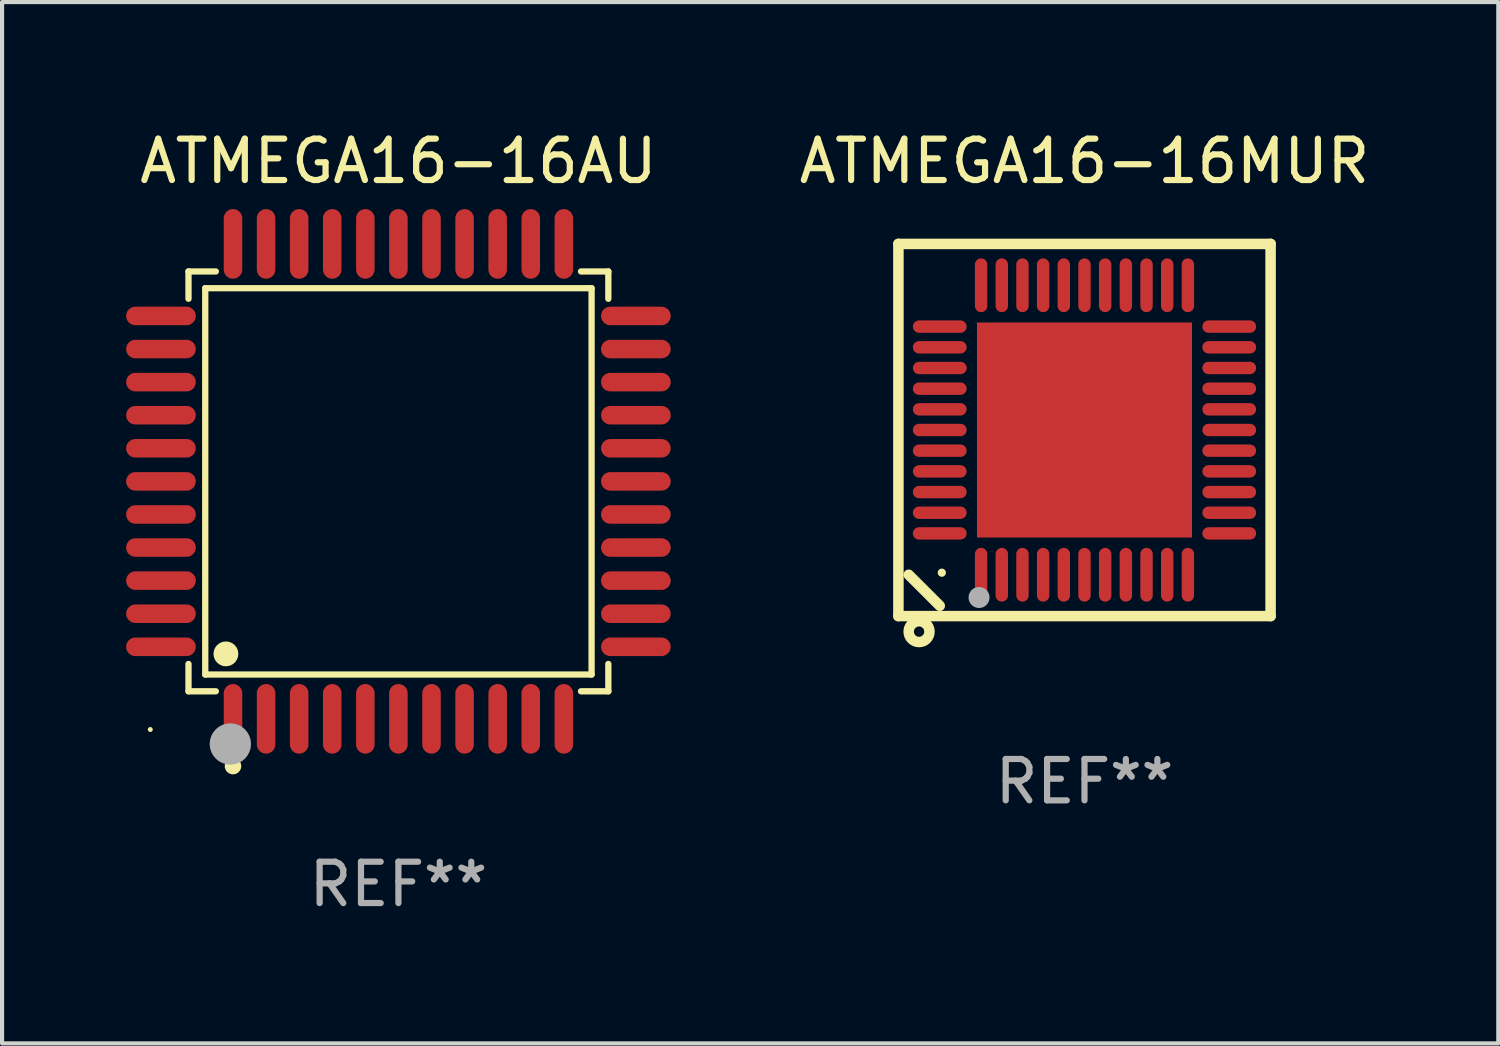
<source format=kicad_pcb>
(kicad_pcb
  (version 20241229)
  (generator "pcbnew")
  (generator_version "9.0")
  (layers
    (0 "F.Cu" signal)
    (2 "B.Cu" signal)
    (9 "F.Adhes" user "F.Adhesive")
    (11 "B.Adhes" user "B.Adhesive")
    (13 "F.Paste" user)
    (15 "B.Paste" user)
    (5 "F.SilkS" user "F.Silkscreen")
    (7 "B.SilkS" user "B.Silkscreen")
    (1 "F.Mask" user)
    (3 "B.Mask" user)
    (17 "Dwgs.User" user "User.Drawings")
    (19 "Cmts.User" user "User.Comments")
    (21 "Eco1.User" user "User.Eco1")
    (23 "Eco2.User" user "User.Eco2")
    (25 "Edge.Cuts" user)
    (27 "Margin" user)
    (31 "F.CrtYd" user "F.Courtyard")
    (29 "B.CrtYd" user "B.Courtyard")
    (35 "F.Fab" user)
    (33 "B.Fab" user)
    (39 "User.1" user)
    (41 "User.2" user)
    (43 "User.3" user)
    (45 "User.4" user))
  (footprint "ATMEGA16-16AU"
    (layer "F.Cu")
    (at 6.584 8.59)
    (property "Reference" "ATMEGA16-16AU" (at 0 -7.742 0) (layer "F.SilkS") (effects (font (size 1 1) (thickness 0.15))))
    (attr through_hole)
    (fp_line (start -5.076 -5.076) (end -4.415 -5.076) (stroke (width 0.152) (type solid)) (layer "F.SilkS"))
    (fp_line (start -5.076 -4.415) (end -5.076 -5.076) (stroke (width 0.152) (type solid)) (layer "F.SilkS"))
    (fp_line (start -5.076 4.415) (end -5.076 5.076) (stroke (width 0.152) (type solid)) (layer "F.SilkS"))
    (fp_line (start -5.076 5.076) (end -4.415 5.076) (stroke (width 0.152) (type solid)) (layer "F.SilkS"))
    (fp_line (start -4.671 -4.671) (end 4.671 -4.671) (stroke (width 0.152) (type solid)) (layer "F.SilkS"))
    (fp_line (start -4.671 4.671) (end -4.671 -4.671) (stroke (width 0.152) (type solid)) (layer "F.SilkS"))
    (fp_line (start 4.671 -4.671) (end 4.671 4.671) (stroke (width 0.152) (type solid)) (layer "F.SilkS"))
    (fp_line (start 4.671 4.671) (end -4.671 4.671) (stroke (width 0.152) (type solid)) (layer "F.SilkS"))
    (fp_line (start 5.076 -5.076) (end 4.415 -5.076) (stroke (width 0.152) (type solid)) (layer "F.SilkS"))
    (fp_line (start 5.076 -4.415) (end 5.076 -5.076) (stroke (width 0.152) (type solid)) (layer "F.SilkS"))
    (fp_line (start 5.076 4.415) (end 5.076 5.076) (stroke (width 0.152) (type solid)) (layer "F.SilkS"))
    (fp_line (start 5.076 5.076) (end 4.415 5.076) (stroke (width 0.152) (type solid)) (layer "F.SilkS"))
    (fp_circle (center -6 6) (end -5.97 6) (stroke (width 0.06) (type solid)) (fill no) (layer "F.SilkS"))
    (fp_circle (center -4.171 4.171) (end -4.021 4.171) (stroke (width 0.3) (type solid)) (fill no) (layer "F.SilkS"))
    (fp_circle (center -4 6.884) (end -3.9 6.884) (stroke (width 0.2) (type solid)) (fill no) (layer "F.SilkS"))
    (fp_circle (center -4.064 6.35) (end -3.814 6.35) (stroke (width 0.5) (type solid)) (fill no) (layer "F.Fab"))
    (fp_text user "REF**" (at 0 9.742 0) (layer "F.Fab") (effects (font (size 1 1) (thickness 0.15))))
    (pad "1" smd oval (at -4 5.742) (size 0.448 1.684) (layers "F.Cu" "F.Mask" "F.Paste"))
    (pad "2" smd oval (at -3.2 5.742) (size 0.448 1.684) (layers "F.Cu" "F.Mask" "F.Paste"))
    (pad "3" smd oval (at -2.4 5.742) (size 0.448 1.684) (layers "F.Cu" "F.Mask" "F.Paste"))
    (pad "4" smd oval (at -1.6 5.742) (size 0.448 1.684) (layers "F.Cu" "F.Mask" "F.Paste"))
    (pad "5" smd oval (at -0.8 5.742) (size 0.448 1.684) (layers "F.Cu" "F.Mask" "F.Paste"))
    (pad "6" smd oval (at 0 5.742) (size 0.448 1.684) (layers "F.Cu" "F.Mask" "F.Paste"))
    (pad "7" smd oval (at 0.8 5.742) (size 0.448 1.684) (layers "F.Cu" "F.Mask" "F.Paste"))
    (pad "8" smd oval (at 1.6 5.742) (size 0.448 1.684) (layers "F.Cu" "F.Mask" "F.Paste"))
    (pad "9" smd oval (at 2.4 5.742) (size 0.448 1.684) (layers "F.Cu" "F.Mask" "F.Paste"))
    (pad "10" smd oval (at 3.2 5.742) (size 0.448 1.684) (layers "F.Cu" "F.Mask" "F.Paste"))
    (pad "11" smd oval (at 4 5.742) (size 0.448 1.684) (layers "F.Cu" "F.Mask" "F.Paste"))
    (pad "12" smd oval (at 5.742 4) (size 1.684 0.448) (layers "F.Cu" "F.Mask" "F.Paste"))
    (pad "13" smd oval (at 5.742 3.2) (size 1.684 0.448) (layers "F.Cu" "F.Mask" "F.Paste"))
    (pad "14" smd oval (at 5.742 2.4) (size 1.684 0.448) (layers "F.Cu" "F.Mask" "F.Paste"))
    (pad "15" smd oval (at 5.742 1.6) (size 1.684 0.448) (layers "F.Cu" "F.Mask" "F.Paste"))
    (pad "16" smd oval (at 5.742 0.8) (size 1.684 0.448) (layers "F.Cu" "F.Mask" "F.Paste"))
    (pad "17" smd oval (at 5.742 0) (size 1.684 0.448) (layers "F.Cu" "F.Mask" "F.Paste"))
    (pad "18" smd oval (at 5.742 -0.8) (size 1.684 0.448) (layers "F.Cu" "F.Mask" "F.Paste"))
    (pad "19" smd oval (at 5.742 -1.6) (size 1.684 0.448) (layers "F.Cu" "F.Mask" "F.Paste"))
    (pad "20" smd oval (at 5.742 -2.4) (size 1.684 0.448) (layers "F.Cu" "F.Mask" "F.Paste"))
    (pad "21" smd oval (at 5.742 -3.2) (size 1.684 0.448) (layers "F.Cu" "F.Mask" "F.Paste"))
    (pad "22" smd oval (at 5.742 -4) (size 1.684 0.448) (layers "F.Cu" "F.Mask" "F.Paste"))
    (pad "23" smd oval (at 4 -5.742) (size 0.448 1.684) (layers "F.Cu" "F.Mask" "F.Paste"))
    (pad "24" smd oval (at 3.2 -5.742) (size 0.448 1.684) (layers "F.Cu" "F.Mask" "F.Paste"))
    (pad "25" smd oval (at 2.4 -5.742) (size 0.448 1.684) (layers "F.Cu" "F.Mask" "F.Paste"))
    (pad "26" smd oval (at 1.6 -5.742) (size 0.448 1.684) (layers "F.Cu" "F.Mask" "F.Paste"))
    (pad "27" smd oval (at 0.8 -5.742) (size 0.448 1.684) (layers "F.Cu" "F.Mask" "F.Paste"))
    (pad "28" smd oval (at 0 -5.742) (size 0.448 1.684) (layers "F.Cu" "F.Mask" "F.Paste"))
    (pad "29" smd oval (at -0.8 -5.742) (size 0.448 1.684) (layers "F.Cu" "F.Mask" "F.Paste"))
    (pad "30" smd oval (at -1.6 -5.742) (size 0.448 1.684) (layers "F.Cu" "F.Mask" "F.Paste"))
    (pad "31" smd oval (at -2.4 -5.742) (size 0.448 1.684) (layers "F.Cu" "F.Mask" "F.Paste"))
    (pad "32" smd oval (at -3.2 -5.742) (size 0.448 1.684) (layers "F.Cu" "F.Mask" "F.Paste"))
    (pad "33" smd oval (at -4 -5.742) (size 0.448 1.684) (layers "F.Cu" "F.Mask" "F.Paste"))
    (pad "34" smd oval (at -5.742 -4) (size 1.684 0.448) (layers "F.Cu" "F.Mask" "F.Paste"))
    (pad "35" smd oval (at -5.742 -3.2) (size 1.684 0.448) (layers "F.Cu" "F.Mask" "F.Paste"))
    (pad "36" smd oval (at -5.742 -2.4) (size 1.684 0.448) (layers "F.Cu" "F.Mask" "F.Paste"))
    (pad "37" smd oval (at -5.742 -1.6) (size 1.684 0.448) (layers "F.Cu" "F.Mask" "F.Paste"))
    (pad "38" smd oval (at -5.742 -0.8) (size 1.684 0.448) (layers "F.Cu" "F.Mask" "F.Paste"))
    (pad "39" smd oval (at -5.742 0) (size 1.684 0.448) (layers "F.Cu" "F.Mask" "F.Paste"))
    (pad "40" smd oval (at -5.742 0.8) (size 1.684 0.448) (layers "F.Cu" "F.Mask" "F.Paste"))
    (pad "41" smd oval (at -5.742 1.6) (size 1.684 0.448) (layers "F.Cu" "F.Mask" "F.Paste"))
    (pad "42" smd oval (at -5.742 2.4) (size 1.684 0.448) (layers "F.Cu" "F.Mask" "F.Paste"))
    (pad "43" smd oval (at -5.742 3.2) (size 1.684 0.448) (layers "F.Cu" "F.Mask" "F.Paste"))
    (pad "44" smd oval (at -5.742 4) (size 1.684 0.448) (layers "F.Cu" "F.Mask" "F.Paste")))
  (footprint "ATMEGA16-16MUR"
    (layer "F.Cu")
    (at 23.174 7.348)
    (property "Reference" "ATMEGA16-16MUR" (at 0 -6.5 0) (layer "F.SilkS") (effects (font (size 1 1) (thickness 0.15))))
    (attr through_hole)
    (fp_line (start -4.5 -4.5) (end -4.5 4.5) (stroke (width 0.254) (type solid)) (layer "F.SilkS"))
    (fp_line (start -4.5 4.5) (end 4.5 4.5) (stroke (width 0.254) (type solid)) (layer "F.SilkS"))
    (fp_line (start -3.5 4.25) (end -4.25 3.5) (stroke (width 0.254) (type solid)) (layer "F.SilkS"))
    (fp_line (start 4.5 -4.5) (end -4.5 -4.5) (stroke (width 0.254) (type solid)) (layer "F.SilkS"))
    (fp_line (start 4.5 4.5) (end 4.5 -4.5) (stroke (width 0.254) (type solid)) (layer "F.SilkS"))
    (fp_circle (center -4 4.875) (end -3.875 4.875) (stroke (width 0.254) (type solid)) (fill no) (layer "F.SilkS"))
    (fp_circle (center -3.45 3.45) (end -3.4 3.45) (stroke (width 0.1) (type solid)) (fill no) (layer "F.SilkS"))
    (fp_circle (center -2.55 4.05) (end -2.423 4.05) (stroke (width 0.254) (type solid)) (fill no) (layer "F.Fab"))
    (fp_text user "REF**" (at 0 8.5 0) (layer "F.Fab") (effects (font (size 1 1) (thickness 0.15))))
    (pad "1" smd oval (at -2.5 3.5 90) (size 1.3 0.3) (layers "F.Cu" "F.Mask" "F.Paste"))
    (pad "2" smd oval (at -2 3.5 90) (size 1.3 0.3) (layers "F.Cu" "F.Mask" "F.Paste"))
    (pad "3" smd oval (at -1.5 3.5 90) (size 1.3 0.3) (layers "F.Cu" "F.Mask" "F.Paste"))
    (pad "4" smd oval (at -1 3.5 90) (size 1.3 0.3) (layers "F.Cu" "F.Mask" "F.Paste"))
    (pad "5" smd oval (at -0.5 3.5 90) (size 1.3 0.3) (layers "F.Cu" "F.Mask" "F.Paste"))
    (pad "6" smd oval (at 0.000025 3.5 90) (size 1.3 0.3) (layers "F.Cu" "F.Mask" "F.Paste"))
    (pad "7" smd oval (at 0.5 3.5 90) (size 1.3 0.3) (layers "F.Cu" "F.Mask" "F.Paste"))
    (pad "8" smd oval (at 1 3.5 90) (size 1.3 0.3) (layers "F.Cu" "F.Mask" "F.Paste"))
    (pad "9" smd oval (at 1.5 3.5 90) (size 1.3 0.3) (layers "F.Cu" "F.Mask" "F.Paste"))
    (pad "10" smd oval (at 2 3.5 90) (size 1.3 0.3) (layers "F.Cu" "F.Mask" "F.Paste"))
    (pad "11" smd oval (at 2.5 3.5 90) (size 1.3 0.3) (layers "F.Cu" "F.Mask" "F.Paste"))
    (pad "12" smd oval (at 3.5 2.5 90) (size 0.3 1.3) (layers "F.Cu" "F.Mask" "F.Paste"))
    (pad "13" smd oval (at 3.5 2 90) (size 0.3 1.3) (layers "F.Cu" "F.Mask" "F.Paste"))
    (pad "14" smd oval (at 3.5 1.5 90) (size 0.3 1.3) (layers "F.Cu" "F.Mask" "F.Paste"))
    (pad "15" smd oval (at 3.5 1 90) (size 0.3 1.3) (layers "F.Cu" "F.Mask" "F.Paste"))
    (pad "16" smd oval (at 3.5 0.5 90) (size 0.3 1.3) (layers "F.Cu" "F.Mask" "F.Paste"))
    (pad "17" smd oval (at 3.5 0.000025 90) (size 0.3 1.3) (layers "F.Cu" "F.Mask" "F.Paste"))
    (pad "18" smd oval (at 3.5 -0.5 90) (size 0.3 1.3) (layers "F.Cu" "F.Mask" "F.Paste"))
    (pad "19" smd oval (at 3.5 -1 90) (size 0.3 1.3) (layers "F.Cu" "F.Mask" "F.Paste"))
    (pad "20" smd oval (at 3.5 -1.5 90) (size 0.3 1.3) (layers "F.Cu" "F.Mask" "F.Paste"))
    (pad "21" smd oval (at 3.5 -2 90) (size 0.3 1.3) (layers "F.Cu" "F.Mask" "F.Paste"))
    (pad "22" smd oval (at 3.5 -2.5 90) (size 0.3 1.3) (layers "F.Cu" "F.Mask" "F.Paste"))
    (pad "23" smd oval (at 2.5 -3.5 90) (size 1.3 0.3) (layers "F.Cu" "F.Mask" "F.Paste"))
    (pad "24" smd oval (at 2 -3.5 90) (size 1.3 0.3) (layers "F.Cu" "F.Mask" "F.Paste"))
    (pad "25" smd oval (at 1.5 -3.5 90) (size 1.3 0.3) (layers "F.Cu" "F.Mask" "F.Paste"))
    (pad "26" smd oval (at 1 -3.5 90) (size 1.3 0.3) (layers "F.Cu" "F.Mask" "F.Paste"))
    (pad "27" smd oval (at 0.5 -3.5 90) (size 1.3 0.3) (layers "F.Cu" "F.Mask" "F.Paste"))
    (pad "28" smd oval (at 0.000025 -3.5 90) (size 1.3 0.3) (layers "F.Cu" "F.Mask" "F.Paste"))
    (pad "29" smd oval (at -0.5 -3.5 90) (size 1.3 0.3) (layers "F.Cu" "F.Mask" "F.Paste"))
    (pad "30" smd oval (at -1 -3.5 90) (size 1.3 0.3) (layers "F.Cu" "F.Mask" "F.Paste"))
    (pad "31" smd oval (at -1.5 -3.5 90) (size 1.3 0.3) (layers "F.Cu" "F.Mask" "F.Paste"))
    (pad "32" smd oval (at -2 -3.5 90) (size 1.3 0.3) (layers "F.Cu" "F.Mask" "F.Paste"))
    (pad "33" smd oval (at -2.5 -3.5 90) (size 1.3 0.3) (layers "F.Cu" "F.Mask" "F.Paste"))
    (pad "34" smd oval (at -3.5 -2.5 90) (size 0.3 1.3) (layers "F.Cu" "F.Mask" "F.Paste"))
    (pad "35" smd oval (at -3.5 -2 90) (size 0.3 1.3) (layers "F.Cu" "F.Mask" "F.Paste"))
    (pad "36" smd oval (at -3.5 -1.5 90) (size 0.3 1.3) (layers "F.Cu" "F.Mask" "F.Paste"))
    (pad "37" smd oval (at -3.5 -1 90) (size 0.3 1.3) (layers "F.Cu" "F.Mask" "F.Paste"))
    (pad "38" smd oval (at -3.5 -0.5 90) (size 0.3 1.3) (layers "F.Cu" "F.Mask" "F.Paste"))
    (pad "39" smd oval (at -3.5 0.000025 90) (size 0.3 1.3) (layers "F.Cu" "F.Mask" "F.Paste"))
    (pad "40" smd oval (at -3.5 0.5 90) (size 0.3 1.3) (layers "F.Cu" "F.Mask" "F.Paste"))
    (pad "41" smd oval (at -3.5 1 90) (size 0.3 1.3) (layers "F.Cu" "F.Mask" "F.Paste"))
    (pad "42" smd oval (at -3.5 1.5 90) (size 0.3 1.3) (layers "F.Cu" "F.Mask" "F.Paste"))
    (pad "43" smd oval (at -3.5 2 90) (size 0.3 1.3) (layers "F.Cu" "F.Mask" "F.Paste"))
    (pad "44" smd oval (at -3.5 2.5 90) (size 0.3 1.3) (layers "F.Cu" "F.Mask" "F.Paste"))
    (pad "45" smd rect (at 0.000025 0.000025 90) (size 5.2 5.2) (layers "F.Cu" "F.Mask" "F.Paste")))
  (gr_rect
    (start -3 -3)
    (end 33.18 22.18)
    (stroke (width 0.1) (type default))
    (fill no)
    (layer "Edge.Cuts")))
</source>
